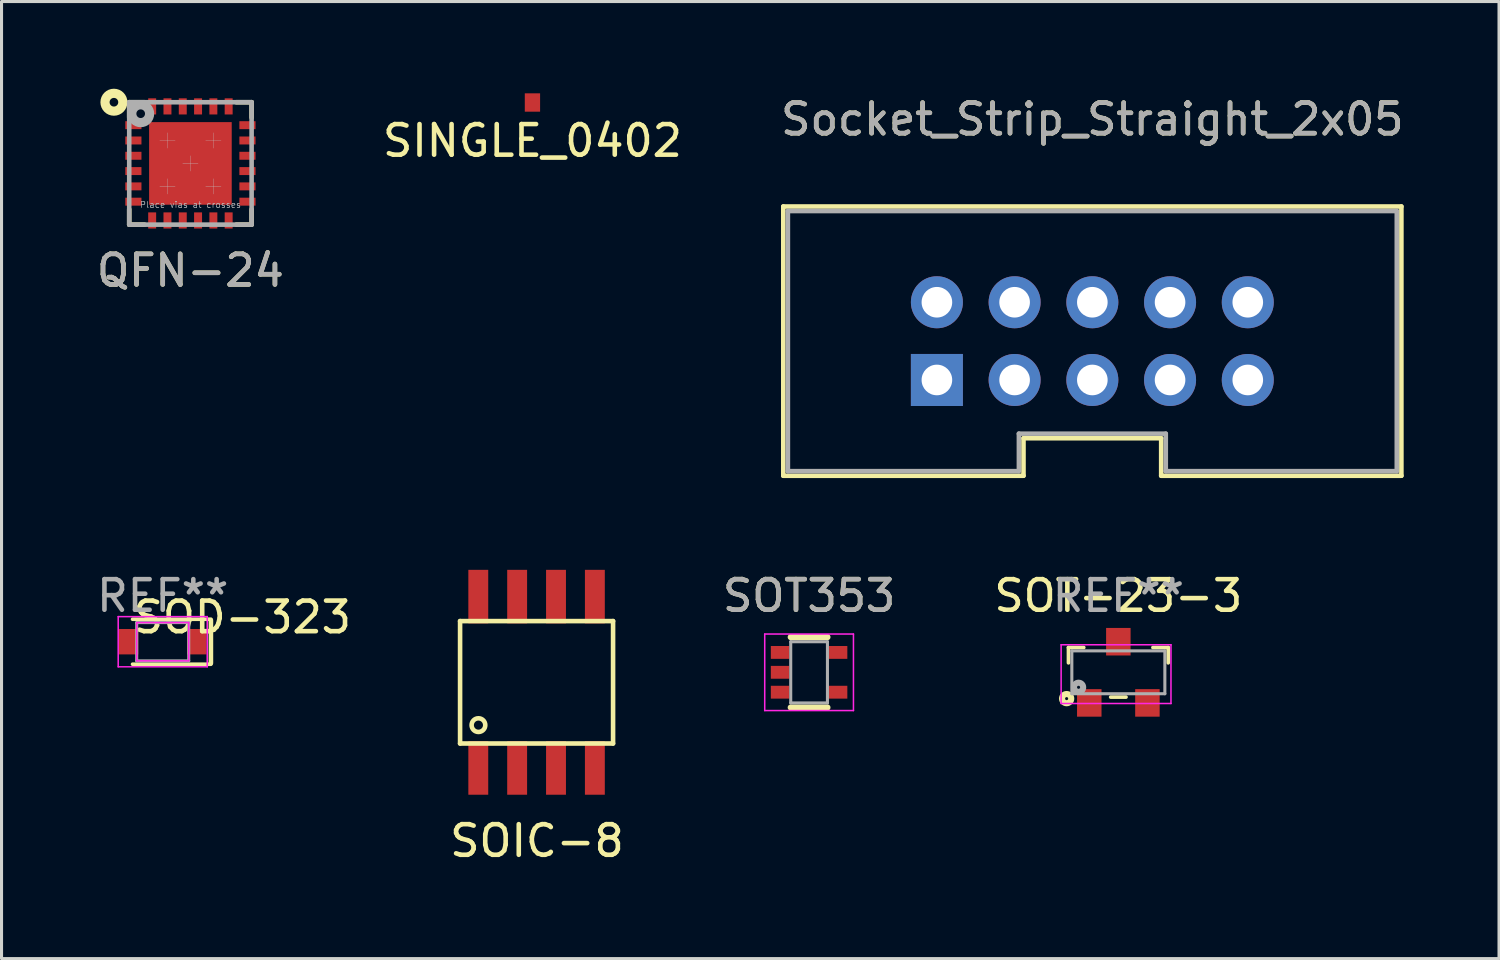
<source format=kicad_pcb>
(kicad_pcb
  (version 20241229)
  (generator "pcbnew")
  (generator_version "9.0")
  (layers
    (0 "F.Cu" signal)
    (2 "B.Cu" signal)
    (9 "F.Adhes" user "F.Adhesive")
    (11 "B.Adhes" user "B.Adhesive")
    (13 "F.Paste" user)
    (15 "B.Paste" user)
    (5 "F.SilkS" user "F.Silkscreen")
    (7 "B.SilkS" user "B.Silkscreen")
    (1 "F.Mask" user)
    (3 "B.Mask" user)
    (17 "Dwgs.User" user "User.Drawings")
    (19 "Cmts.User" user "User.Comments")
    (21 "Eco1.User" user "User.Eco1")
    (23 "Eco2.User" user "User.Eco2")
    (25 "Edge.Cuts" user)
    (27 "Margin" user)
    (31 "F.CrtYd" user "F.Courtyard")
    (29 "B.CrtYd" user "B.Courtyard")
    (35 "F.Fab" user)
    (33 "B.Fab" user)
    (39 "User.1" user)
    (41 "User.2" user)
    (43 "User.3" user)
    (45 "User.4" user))
  (footprint "SOD-323"
    (layer "F.Cu")
    (at 2.268 17.922)
    (property "Reference" "SOD-323" (at 2.6 -0.8 0) (layer "F.SilkS") (effects (font (size 1 1) (thickness 0.15))))
    (attr through_hole)
    (fp_line (start -0.985 -0.735) (end 1.575 -0.735) (stroke (width 0.12) (type solid)) (layer "F.SilkS"))
    (fp_line (start -0.985 0.735) (end 1.575 0.735) (stroke (width 0.12) (type solid)) (layer "F.SilkS"))
    (fp_line (start 1.575 -0.7) (end 1.575 0.7) (stroke (width 0.15) (type solid)) (layer "F.SilkS"))
    (fp_line (start -1.455 -0.82) (end -1.455 0.82) (stroke (width 0.05) (type solid)) (layer "F.CrtYd"))
    (fp_line (start -1.455 0.82) (end 1.455 0.82) (stroke (width 0.05) (type solid)) (layer "F.CrtYd"))
    (fp_line (start -0.85 -0.625) (end 0.85 -0.625) (stroke (width 0.05) (type solid)) (layer "F.CrtYd"))
    (fp_line (start -0.85 0.625) (end -0.85 -0.625) (stroke (width 0.05) (type solid)) (layer "F.CrtYd"))
    (fp_line (start 0.85 -0.625) (end 0.85 0.625) (stroke (width 0.05) (type solid)) (layer "F.CrtYd"))
    (fp_line (start 0.85 0.625) (end -0.85 0.625) (stroke (width 0.05) (type solid)) (layer "F.CrtYd"))
    (fp_line (start 1.455 -0.82) (end -1.455 -0.82) (stroke (width 0.05) (type solid)) (layer "F.CrtYd"))
    (fp_line (start 1.455 0.82) (end 1.455 -0.82) (stroke (width 0.05) (type solid)) (layer "F.CrtYd"))
    (fp_line (start -0.85 -0.625) (end -0.85 0.625) (stroke (width 0.1) (type solid)) (layer "F.Fab"))
    (fp_line (start -0.85 0.625) (end 0.85 0.625) (stroke (width 0.1) (type solid)) (layer "F.Fab"))
    (fp_line (start 0.85 -0.625) (end -0.85 -0.625) (stroke (width 0.1) (type solid)) (layer "F.Fab"))
    (fp_line (start 0.85 0.625) (end 0.85 -0.625) (stroke (width 0.1) (type solid)) (layer "F.Fab"))
    (fp_text user "REF**" (at 0 -1.5 0) (layer "F.Fab") (effects (font (size 1 1) (thickness 0.15))))
    (pad "1" smd rect (at -1.115 0) (size 0.63 0.83) (layers "F.Cu" "F.Mask" "F.Paste"))
    (pad "2" smd rect (at 1.115 0) (size 0.63 0.83) (layers "F.Cu" "F.Mask" "F.Paste")))
  (footprint "SINGLE_0402"
    (layer "F.Cu")
    (at 14.351 0.3)
    (property "Reference" "SINGLE_0402" (at 0 1.25 0) (layer "F.SilkS") (effects (font (size 1 1) (thickness 0.15))))
    (attr through_hole)
    (pad "1" smd rect (at 0 0) (size 0.5 0.6) (layers "F.Cu" "F.Mask" "F.Paste")))
  (footprint "QFN-24"
    (layer "F.Cu")
    (at 3.173 2.291)
    (property "Reference" "QFN-24" (at 0 3.5 0) (layer "F.SilkS") (effects (font (size 1 1) (thickness 0.15))))
    (attr through_hole)
    (fp_line (start -2 -2) (end -1.5 -2) (stroke (width 0.15) (type solid)) (layer "F.SilkS"))
    (fp_line (start -2 -1.5) (end -2 -2) (stroke (width 0.15) (type solid)) (layer "F.SilkS"))
    (fp_line (start -2 2) (end -2 1.5) (stroke (width 0.15) (type solid)) (layer "F.SilkS"))
    (fp_line (start -1.5 2) (end -2 2) (stroke (width 0.15) (type solid)) (layer "F.SilkS"))
    (fp_line (start 1.5 -2) (end 2 -2) (stroke (width 0.15) (type solid)) (layer "F.SilkS"))
    (fp_line (start 1.5 2) (end 2 2) (stroke (width 0.15) (type solid)) (layer "F.SilkS"))
    (fp_line (start 2 -2) (end 2 -1.5) (stroke (width 0.15) (type solid)) (layer "F.SilkS"))
    (fp_line (start 2 2) (end 2 1.5) (stroke (width 0.15) (type solid)) (layer "F.SilkS"))
    (fp_circle (center -2.5 -2) (end -2.4 -1.9) (stroke (width 0.3) (type solid)) (fill no) (layer "F.SilkS"))
    (fp_line (start -1 0.75) (end -0.5 0.75) (stroke (width 0.01) (type solid)) (layer "Dwgs.User"))
    (fp_line (start -0.75 -1) (end -0.75 -0.5) (stroke (width 0.01) (type solid)) (layer "Dwgs.User"))
    (fp_line (start -0.75 0.5) (end -0.75 1) (stroke (width 0.01) (type solid)) (layer "Dwgs.User"))
    (fp_line (start -0.5 -0.75) (end -1 -0.75) (stroke (width 0.01) (type solid)) (layer "Dwgs.User"))
    (fp_line (start 0 -0.25) (end 0 0.25) (stroke (width 0.01) (type solid)) (layer "Dwgs.User"))
    (fp_line (start 0.25 0) (end -0.25 0) (stroke (width 0.01) (type solid)) (layer "Dwgs.User"))
    (fp_line (start 0.75 -1) (end 0.75 -0.5) (stroke (width 0.01) (type solid)) (layer "Dwgs.User"))
    (fp_line (start 0.75 0.5) (end 0.75 1) (stroke (width 0.01) (type solid)) (layer "Dwgs.User"))
    (fp_line (start 1 -0.75) (end 0.5 -0.75) (stroke (width 0.01) (type solid)) (layer "Dwgs.User"))
    (fp_line (start 1 0.75) (end 0.5 0.75) (stroke (width 0.01) (type solid)) (layer "Dwgs.User"))
    (fp_line (start -2 -2) (end -2 2) (stroke (width 0.15) (type solid)) (layer "F.Fab"))
    (fp_line (start -2 -2) (end 2 -2) (stroke (width 0.15) (type solid)) (layer "F.Fab"))
    (fp_line (start -2 2) (end 2 2) (stroke (width 0.15) (type solid)) (layer "F.Fab"))
    (fp_line (start 2 2) (end 2 -2) (stroke (width 0.15) (type solid)) (layer "F.Fab"))
    (fp_circle (center -1.625 -1.625) (end -1.525 -1.525) (stroke (width 0.3) (type solid)) (fill no) (layer "F.Fab"))
    (fp_text user "Place vias at crosses" (at 0 1.35 0) (layer "Dwgs.User") (effects (font (size 0.2 0.2) (thickness 0.02))))
    (fp_text user "${REFERENCE}" (at 0 3.5 0) (layer "F.Fab") (effects (font (size 1 1) (thickness 0.15))))
    (pad "1" smd rect (at -1.864 -1.25) (size 0.528 0.26) (layers "F.Cu" "F.Mask" "F.Paste"))
    (pad "2" smd rect (at -1.864 -0.75) (size 0.528 0.26) (layers "F.Cu" "F.Mask" "F.Paste"))
    (pad "3" smd rect (at -1.864 -0.25) (size 0.528 0.26) (layers "F.Cu" "F.Mask" "F.Paste"))
    (pad "4" smd rect (at -1.864 0.25) (size 0.528 0.26) (layers "F.Cu" "F.Mask" "F.Paste"))
    (pad "5" smd rect (at -1.864 0.75) (size 0.528 0.26) (layers "F.Cu" "F.Mask" "F.Paste"))
    (pad "6" smd rect (at -1.864 1.25) (size 0.528 0.26) (layers "F.Cu" "F.Mask" "F.Paste"))
    (pad "7" smd rect (at -1.25 1.864) (size 0.26 0.528) (layers "F.Cu" "F.Mask" "F.Paste"))
    (pad "8" smd rect (at -0.75 1.864) (size 0.26 0.528) (layers "F.Cu" "F.Mask" "F.Paste"))
    (pad "9" smd rect (at -0.25 1.864) (size 0.26 0.528) (layers "F.Cu" "F.Mask" "F.Paste"))
    (pad "10" smd rect (at 0.25 1.864) (size 0.26 0.528) (layers "F.Cu" "F.Mask" "F.Paste"))
    (pad "11" smd rect (at 0.75 1.864) (size 0.26 0.528) (layers "F.Cu" "F.Mask" "F.Paste"))
    (pad "12" smd rect (at 1.25 1.864) (size 0.26 0.528) (layers "F.Cu" "F.Mask" "F.Paste"))
    (pad "13" smd rect (at 1.864 1.25) (size 0.528 0.26) (layers "F.Cu" "F.Mask" "F.Paste"))
    (pad "14" smd rect (at 1.864 0.75) (size 0.528 0.26) (layers "F.Cu" "F.Mask" "F.Paste"))
    (pad "15" smd rect (at 1.864 0.25) (size 0.528 0.26) (layers "F.Cu" "F.Mask" "F.Paste"))
    (pad "16" smd rect (at 1.864 -0.25) (size 0.528 0.26) (layers "F.Cu" "F.Mask" "F.Paste"))
    (pad "17" smd rect (at 1.864 -0.75) (size 0.528 0.26) (layers "F.Cu" "F.Mask" "F.Paste"))
    (pad "18" smd rect (at 1.864 -1.25) (size 0.528 0.26) (layers "F.Cu" "F.Mask" "F.Paste"))
    (pad "19" smd rect (at 1.25 -1.864) (size 0.26 0.528) (layers "F.Cu" "F.Mask" "F.Paste"))
    (pad "20" smd rect (at 0.75 -1.864) (size 0.26 0.528) (layers "F.Cu" "F.Mask" "F.Paste"))
    (pad "21" smd rect (at 0.25 -1.864) (size 0.26 0.528) (layers "F.Cu" "F.Mask" "F.Paste"))
    (pad "22" smd rect (at -0.25 -1.864) (size 0.26 0.528) (layers "F.Cu" "F.Mask" "F.Paste"))
    (pad "23" smd rect (at -0.75 -1.864) (size 0.26 0.528) (layers "F.Cu" "F.Mask" "F.Paste"))
    (pad "24" smd rect (at -1.25 -1.864) (size 0.26 0.528) (layers "F.Cu" "F.Mask" "F.Paste"))
    (pad "CP" smd rect (at -0.725 -0.725) (size 1.125 1.125) (layers "F.Cu" "F.Paste"))
    (pad "CP" smd rect (at -0.725 0.725) (size 1.125 1.125) (layers "F.Cu" "F.Paste"))
    (pad "CP" smd rect (at 0 0) (size 2.7 2.7) (layers "F.Cu" "F.Mask"))
    (pad "CP" smd rect (at 0.725 -0.725) (size 1.125 1.125) (layers "F.Cu" "F.Paste"))
    (pad "CP" smd rect (at 0.725 0.725) (size 1.125 1.125) (layers "F.Cu" "F.Paste")))
  (footprint "Socket_Strip_Straight_2x05"
    (layer "F.Cu")
    (at 32.649 8.098)
    (property "Reference" "Socket_Strip_Straight_2x05" (at 0 -7.25 0) (layer "F.SilkS") (effects (font (size 1 1) (thickness 0.15))))
    (attr through_hole)
    (fp_line (start -10.1 4.4) (end -10.1 -4.4) (stroke (width 0.15) (type solid)) (layer "F.SilkS"))
    (fp_line (start -2.25 3.175) (end 2.25 3.175) (stroke (width 0.15) (type solid)) (layer "F.SilkS"))
    (fp_line (start -2.25 4.4) (end -10.1 4.4) (stroke (width 0.15) (type solid)) (layer "F.SilkS"))
    (fp_line (start -2.25 4.4) (end -2.25 3.175) (stroke (width 0.15) (type solid)) (layer "F.SilkS"))
    (fp_line (start 2.25 3.175) (end 2.25 4.4) (stroke (width 0.15) (type solid)) (layer "F.SilkS"))
    (fp_line (start 10.1 -4.4) (end -10.1 -4.4) (stroke (width 0.15) (type solid)) (layer "F.SilkS"))
    (fp_line (start 10.1 4.4) (end 2.25 4.4) (stroke (width 0.15) (type solid)) (layer "F.SilkS"))
    (fp_line (start 10.1 4.4) (end 10.1 -4.4) (stroke (width 0.15) (type solid)) (layer "F.SilkS"))
    (fp_line (start -9.95 -4.25) (end 9.95 -4.25) (stroke (width 0.15) (type solid)) (layer "F.Fab"))
    (fp_line (start -9.95 4.25) (end -9.95 -4.25) (stroke (width 0.15) (type solid)) (layer "F.Fab"))
    (fp_line (start -2.413 4.25) (end -9.95 4.25) (stroke (width 0.15) (type solid)) (layer "F.Fab"))
    (fp_line (start -2.4 3.025) (end -2.4 4.25) (stroke (width 0.15) (type solid)) (layer "F.Fab"))
    (fp_line (start 2.4 3.025) (end -2.4 3.025) (stroke (width 0.15) (type solid)) (layer "F.Fab"))
    (fp_line (start 2.4 4.25) (end 2.4 3.025) (stroke (width 0.15) (type solid)) (layer "F.Fab"))
    (fp_line (start 9.95 -4.25) (end 9.95 4.25) (stroke (width 0.15) (type solid)) (layer "F.Fab"))
    (fp_line (start 9.95 4.25) (end 2.4 4.25) (stroke (width 0.15) (type solid)) (layer "F.Fab"))
    (fp_text user "${REFERENCE}" (at 0 -7.25 0) (layer "F.Fab") (effects (font (size 1 1) (thickness 0.15))))
    (pad "1" thru_hole rect (at -5.08 1.27) (size 1.7 1.7) (drill 1) (layers "*.Cu" "*.Mask"))
    (pad "2" thru_hole circle (at -5.08 -1.27) (size 1.7 1.7) (drill 1) (layers "*.Cu" "*.Mask"))
    (pad "3" thru_hole circle (at -2.54 1.27) (size 1.7 1.7) (drill 1) (layers "*.Cu" "*.Mask"))
    (pad "4" thru_hole circle (at -2.54 -1.27) (size 1.7 1.7) (drill 1) (layers "*.Cu" "*.Mask"))
    (pad "5" thru_hole circle (at 0 1.27) (size 1.7 1.7) (drill 1) (layers "*.Cu" "*.Mask"))
    (pad "6" thru_hole circle (at 0 -1.27) (size 1.7 1.7) (drill 1) (layers "*.Cu" "*.Mask"))
    (pad "7" thru_hole oval (at 2.54 1.27) (size 1.7 1.7) (drill 1) (layers "*.Cu" "*.Mask"))
    (pad "8" thru_hole circle (at 2.54 -1.27) (size 1.7 1.7) (drill 1) (layers "*.Cu" "*.Mask"))
    (pad "9" thru_hole circle (at 5.08 1.27) (size 1.7 1.7) (drill 1) (layers "*.Cu" "*.Mask"))
    (pad "10" thru_hole circle (at 5.08 -1.27) (size 1.7 1.7) (drill 1) (layers "*.Cu" "*.Mask")))
  (footprint "SOT-23-3"
    (layer "F.Cu")
    (at 33.499 18.922)
    (property "Reference" "SOT-23-3" (at 0 -2.5 0) (layer "F.SilkS") (effects (font (size 1 1) (thickness 0.15))))
    (attr through_hole)
    (fp_line (start -1.63 -0.81) (end -1.63 -0.31) (stroke (width 0.12) (type solid)) (layer "F.SilkS"))
    (fp_line (start -1.13 -0.81) (end -1.63 -0.81) (stroke (width 0.12) (type solid)) (layer "F.SilkS"))
    (fp_line (start -0.25 0.81) (end 0.25 0.81) (stroke (width 0.12) (type solid)) (layer "F.SilkS"))
    (fp_line (start 1.63 -0.81) (end 1.13 -0.81) (stroke (width 0.12) (type solid)) (layer "F.SilkS"))
    (fp_line (start 1.63 -0.31) (end 1.63 -0.81) (stroke (width 0.12) (type solid)) (layer "F.SilkS"))
    (fp_circle (center -1.69 0.86) (end -1.64 0.86) (stroke (width 0.2) (type solid)) (fill no) (layer "F.SilkS"))
    (fp_line (start -1.87 -0.9) (end 1.72 -0.9) (stroke (width 0.05) (type solid)) (layer "F.CrtYd"))
    (fp_line (start -1.87 1.02) (end -1.87 -0.9) (stroke (width 0.05) (type solid)) (layer "F.CrtYd"))
    (fp_line (start 1.72 -0.9) (end 1.72 1.02) (stroke (width 0.05) (type solid)) (layer "F.CrtYd"))
    (fp_line (start 1.72 1.02) (end -1.87 1.02) (stroke (width 0.05) (type solid)) (layer "F.CrtYd"))
    (fp_line (start -1.52 -0.7) (end 1.52 -0.7) (stroke (width 0.1) (type solid)) (layer "F.Fab"))
    (fp_line (start -1.52 0.7) (end -1.52 -0.7) (stroke (width 0.1) (type solid)) (layer "F.Fab"))
    (fp_line (start 1.52 -0.7) (end 1.52 0.7) (stroke (width 0.1) (type solid)) (layer "F.Fab"))
    (fp_line (start 1.52 0.7) (end -1.52 0.7) (stroke (width 0.1) (type solid)) (layer "F.Fab"))
    (fp_circle (center -1.3 0.49) (end -1.25 0.49) (stroke (width 0.2) (type solid)) (fill no) (layer "F.Fab"))
    (fp_text user "REF**" (at 0 -2.5 0) (layer "F.Fab") (effects (font (size 1 1) (thickness 0.15))))
    (pad "1" smd rect (at -0.95 1) (size 0.8 0.9) (layers "F.Cu" "F.Mask" "F.Paste"))
    (pad "2" smd rect (at 0.95 1) (size 0.8 0.9) (layers "F.Cu" "F.Mask" "F.Paste"))
    (pad "3" smd rect (at 0 -1) (size 0.8 0.9) (layers "F.Cu" "F.Mask" "F.Paste")))
  (footprint "SOT353"
    (layer "F.Cu")
    (at 23.392 18.922)
    (property "Reference" "SOT353" (at 0 -2.5 0) (layer "F.SilkS") (effects (font (size 1 1) (thickness 0.15))))
    (attr through_hole)
    (fp_line (start -0.6 -1.15) (end 0.6 -1.15) (stroke (width 0.2) (type solid)) (layer "F.SilkS"))
    (fp_line (start -0.6 1.15) (end 0.6 1.15) (stroke (width 0.2) (type solid)) (layer "F.SilkS"))
    (fp_line (start -1.45 -1.25) (end 1.45 -1.25) (stroke (width 0.05) (type solid)) (layer "F.CrtYd"))
    (fp_line (start -1.45 1.25) (end -1.45 -1.25) (stroke (width 0.05) (type solid)) (layer "F.CrtYd"))
    (fp_line (start 1.45 -1.25) (end 1.45 1.25) (stroke (width 0.05) (type solid)) (layer "F.CrtYd"))
    (fp_line (start 1.45 1.25) (end -1.45 1.25) (stroke (width 0.05) (type solid)) (layer "F.CrtYd"))
    (fp_line (start -0.6 -1) (end 0.6 -1) (stroke (width 0.1) (type solid)) (layer "F.Fab"))
    (fp_line (start -0.6 1) (end -0.6 -1) (stroke (width 0.1) (type solid)) (layer "F.Fab"))
    (fp_line (start 0.6 -1) (end 0.6 1) (stroke (width 0.1) (type solid)) (layer "F.Fab"))
    (fp_line (start 0.6 1) (end -0.6 1) (stroke (width 0.1) (type solid)) (layer "F.Fab"))
    (fp_text user "${REFERENCE}" (at 0 -2.5 0) (layer "F.Fab") (effects (font (size 1 1) (thickness 0.15))))
    (pad "1" smd rect (at -0.95 -0.65 90) (size 0.42 0.6) (layers "F.Cu" "F.Mask" "F.Paste"))
    (pad "2" smd rect (at -0.95 0 90) (size 0.42 0.6) (layers "F.Cu" "F.Mask" "F.Paste"))
    (pad "3" smd rect (at -0.95 0.65 90) (size 0.42 0.6) (layers "F.Cu" "F.Mask" "F.Paste"))
    (pad "4" smd rect (at 0.95 0.65 90) (size 0.42 0.6) (layers "F.Cu" "F.Mask" "F.Paste"))
    (pad "5" smd rect (at 0.95 -0.65 90) (size 0.42 0.6) (layers "F.Cu" "F.Mask" "F.Paste")))
  (footprint "SOIC-8"
    (layer "F.Cu")
    (at 14.486 19.248)
    (property "Reference" "SOIC-8" (at 0.013 5.182 0) (layer "F.SilkS") (effects (font (size 1 1) (thickness 0.15))))
    (attr through_hole)
    (fp_line (start -2.5 -2) (end 2.5 -2) (stroke (width 0.15) (type solid)) (layer "F.SilkS"))
    (fp_line (start -2.5 2) (end -2.5 -2) (stroke (width 0.15) (type solid)) (layer "F.SilkS"))
    (fp_line (start 2.5 -2) (end 2.5 2) (stroke (width 0.15) (type solid)) (layer "F.SilkS"))
    (fp_line (start 2.5 2) (end -2.5 2) (stroke (width 0.15) (type solid)) (layer "F.SilkS"))
    (fp_circle (center -1.9 1.4) (end -1.7 1.5) (stroke (width 0.15) (type solid)) (fill no) (layer "F.SilkS"))
    (pad "1" smd rect (at -1.905 2.8) (size 0.65 1.75) (layers "F.Cu" "F.Mask" "F.Paste"))
    (pad "2" smd rect (at -0.635 2.8) (size 0.65 1.75) (layers "F.Cu" "F.Mask" "F.Paste"))
    (pad "3" smd rect (at 0.635 2.8) (size 0.65 1.75) (layers "F.Cu" "F.Mask" "F.Paste"))
    (pad "4" smd rect (at 1.905 2.8) (size 0.65 1.75) (layers "F.Cu" "F.Mask" "F.Paste"))
    (pad "5" smd rect (at 1.905 -2.8) (size 0.65 1.75) (layers "F.Cu" "F.Mask" "F.Paste"))
    (pad "6" smd rect (at 0.635 -2.8) (size 0.65 1.75) (layers "F.Cu" "F.Mask" "F.Paste"))
    (pad "7" smd rect (at -0.635 -2.8) (size 0.65 1.75) (layers "F.Cu" "F.Mask" "F.Paste"))
    (pad "8" smd rect (at -1.905 -2.8) (size 0.65 1.75) (layers "F.Cu" "F.Mask" "F.Paste")))
  (gr_rect
    (start -3 -3)
    (end 45.94 28.278)
    (stroke (width 0.1) (type default))
    (fill no)
    (layer "Edge.Cuts")))
</source>
